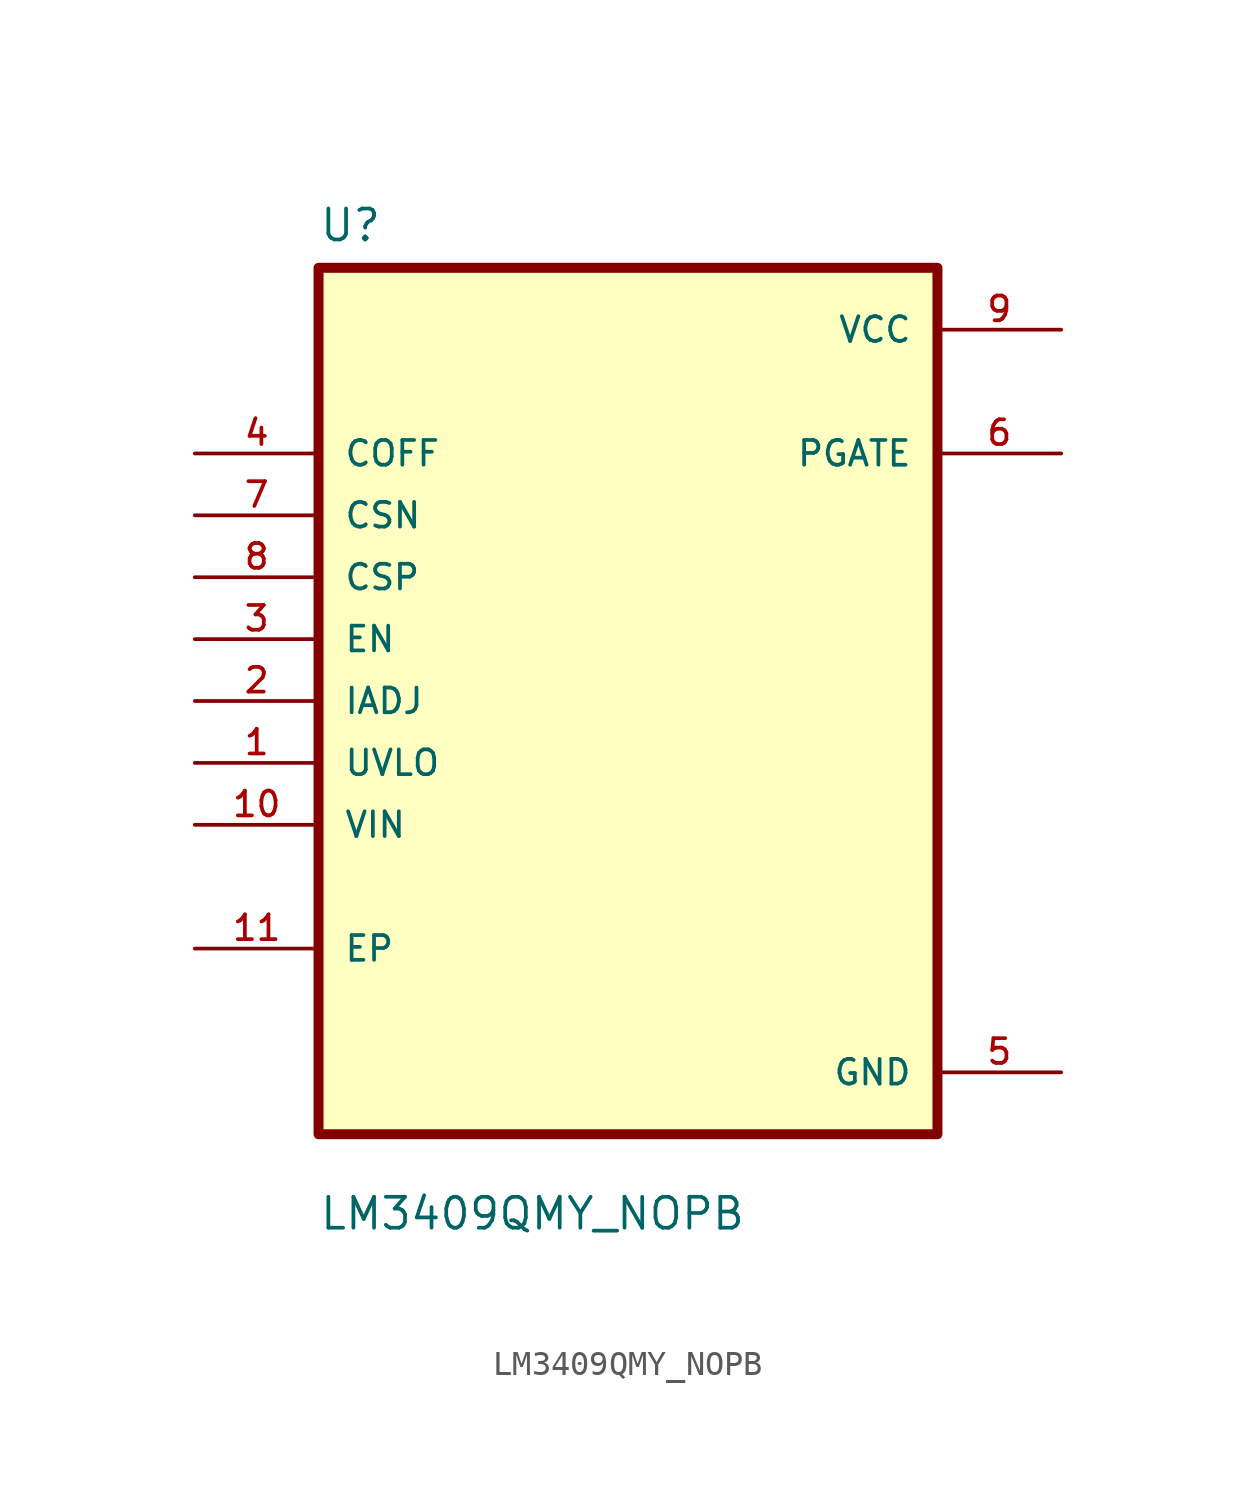
<source format=kicad_sym>
(kicad_symbol_lib
  (version 20211014)
  (generator kicad_symbol_editor)
  (symbol "LM3409QMY_NOPB"
    (pin_names
      (offset 1.016))
    (property "Reference" "U"
      (at -12.7 18.78 0.0)
      (effects (font (size 1.27 1.27)) (justify bottom left)))
    (property "Value" "LM3409QMY_NOPB"
      (at -12.7 -21.78 0.0)
      (effects (font (size 1.27 1.27)) (justify bottom left)))
    (symbol "LM3409QMY_NOPB_0_0"
      (rectangle (start -12.7 -17.78) (end 12.7 17.78) (stroke (width 0.41)) (fill (type background)))
      (pin input line (at -17.78 10.16 0) (length 5.08) (name "COFF" (effects (font (size 1.016 1.016)))) (number "4" (effects (font (size 1.016 1.016)))))
      (pin input line (at -17.78 7.62 0) (length 5.08) (name "CSN" (effects (font (size 1.016 1.016)))) (number "7" (effects (font (size 1.016 1.016)))))
      (pin input line (at -17.78 5.08 0) (length 5.08) (name "CSP" (effects (font (size 1.016 1.016)))) (number "8" (effects (font (size 1.016 1.016)))))
      (pin input line (at -17.78 2.54 0) (length 5.08) (name "EN" (effects (font (size 1.016 1.016)))) (number "3" (effects (font (size 1.016 1.016)))))
      (pin input line (at -17.78 0.0 0) (length 5.08) (name "IADJ" (effects (font (size 1.016 1.016)))) (number "2" (effects (font (size 1.016 1.016)))))
      (pin input line (at -17.78 -2.54 0) (length 5.08) (name "UVLO" (effects (font (size 1.016 1.016)))) (number "1" (effects (font (size 1.016 1.016)))))
      (pin input line (at -17.78 -5.08 0) (length 5.08) (name "VIN" (effects (font (size 1.016 1.016)))) (number "10" (effects (font (size 1.016 1.016)))))
      (pin bidirectional line (at -17.78 -10.16 0) (length 5.08) (name "EP" (effects (font (size 1.016 1.016)))) (number "11" (effects (font (size 1.016 1.016)))))
      (pin power_in line (at 17.78 15.24 180.0) (length 5.08) (name "VCC" (effects (font (size 1.016 1.016)))) (number "9" (effects (font (size 1.016 1.016)))))
      (pin output line (at 17.78 10.16 180.0) (length 5.08) (name "PGATE" (effects (font (size 1.016 1.016)))) (number "6" (effects (font (size 1.016 1.016)))))
      (pin power_in line (at 17.78 -15.24 180.0) (length 5.08) (name "GND" (effects (font (size 1.016 1.016)))) (number "5" (effects (font (size 1.016 1.016))))))))
</source>
